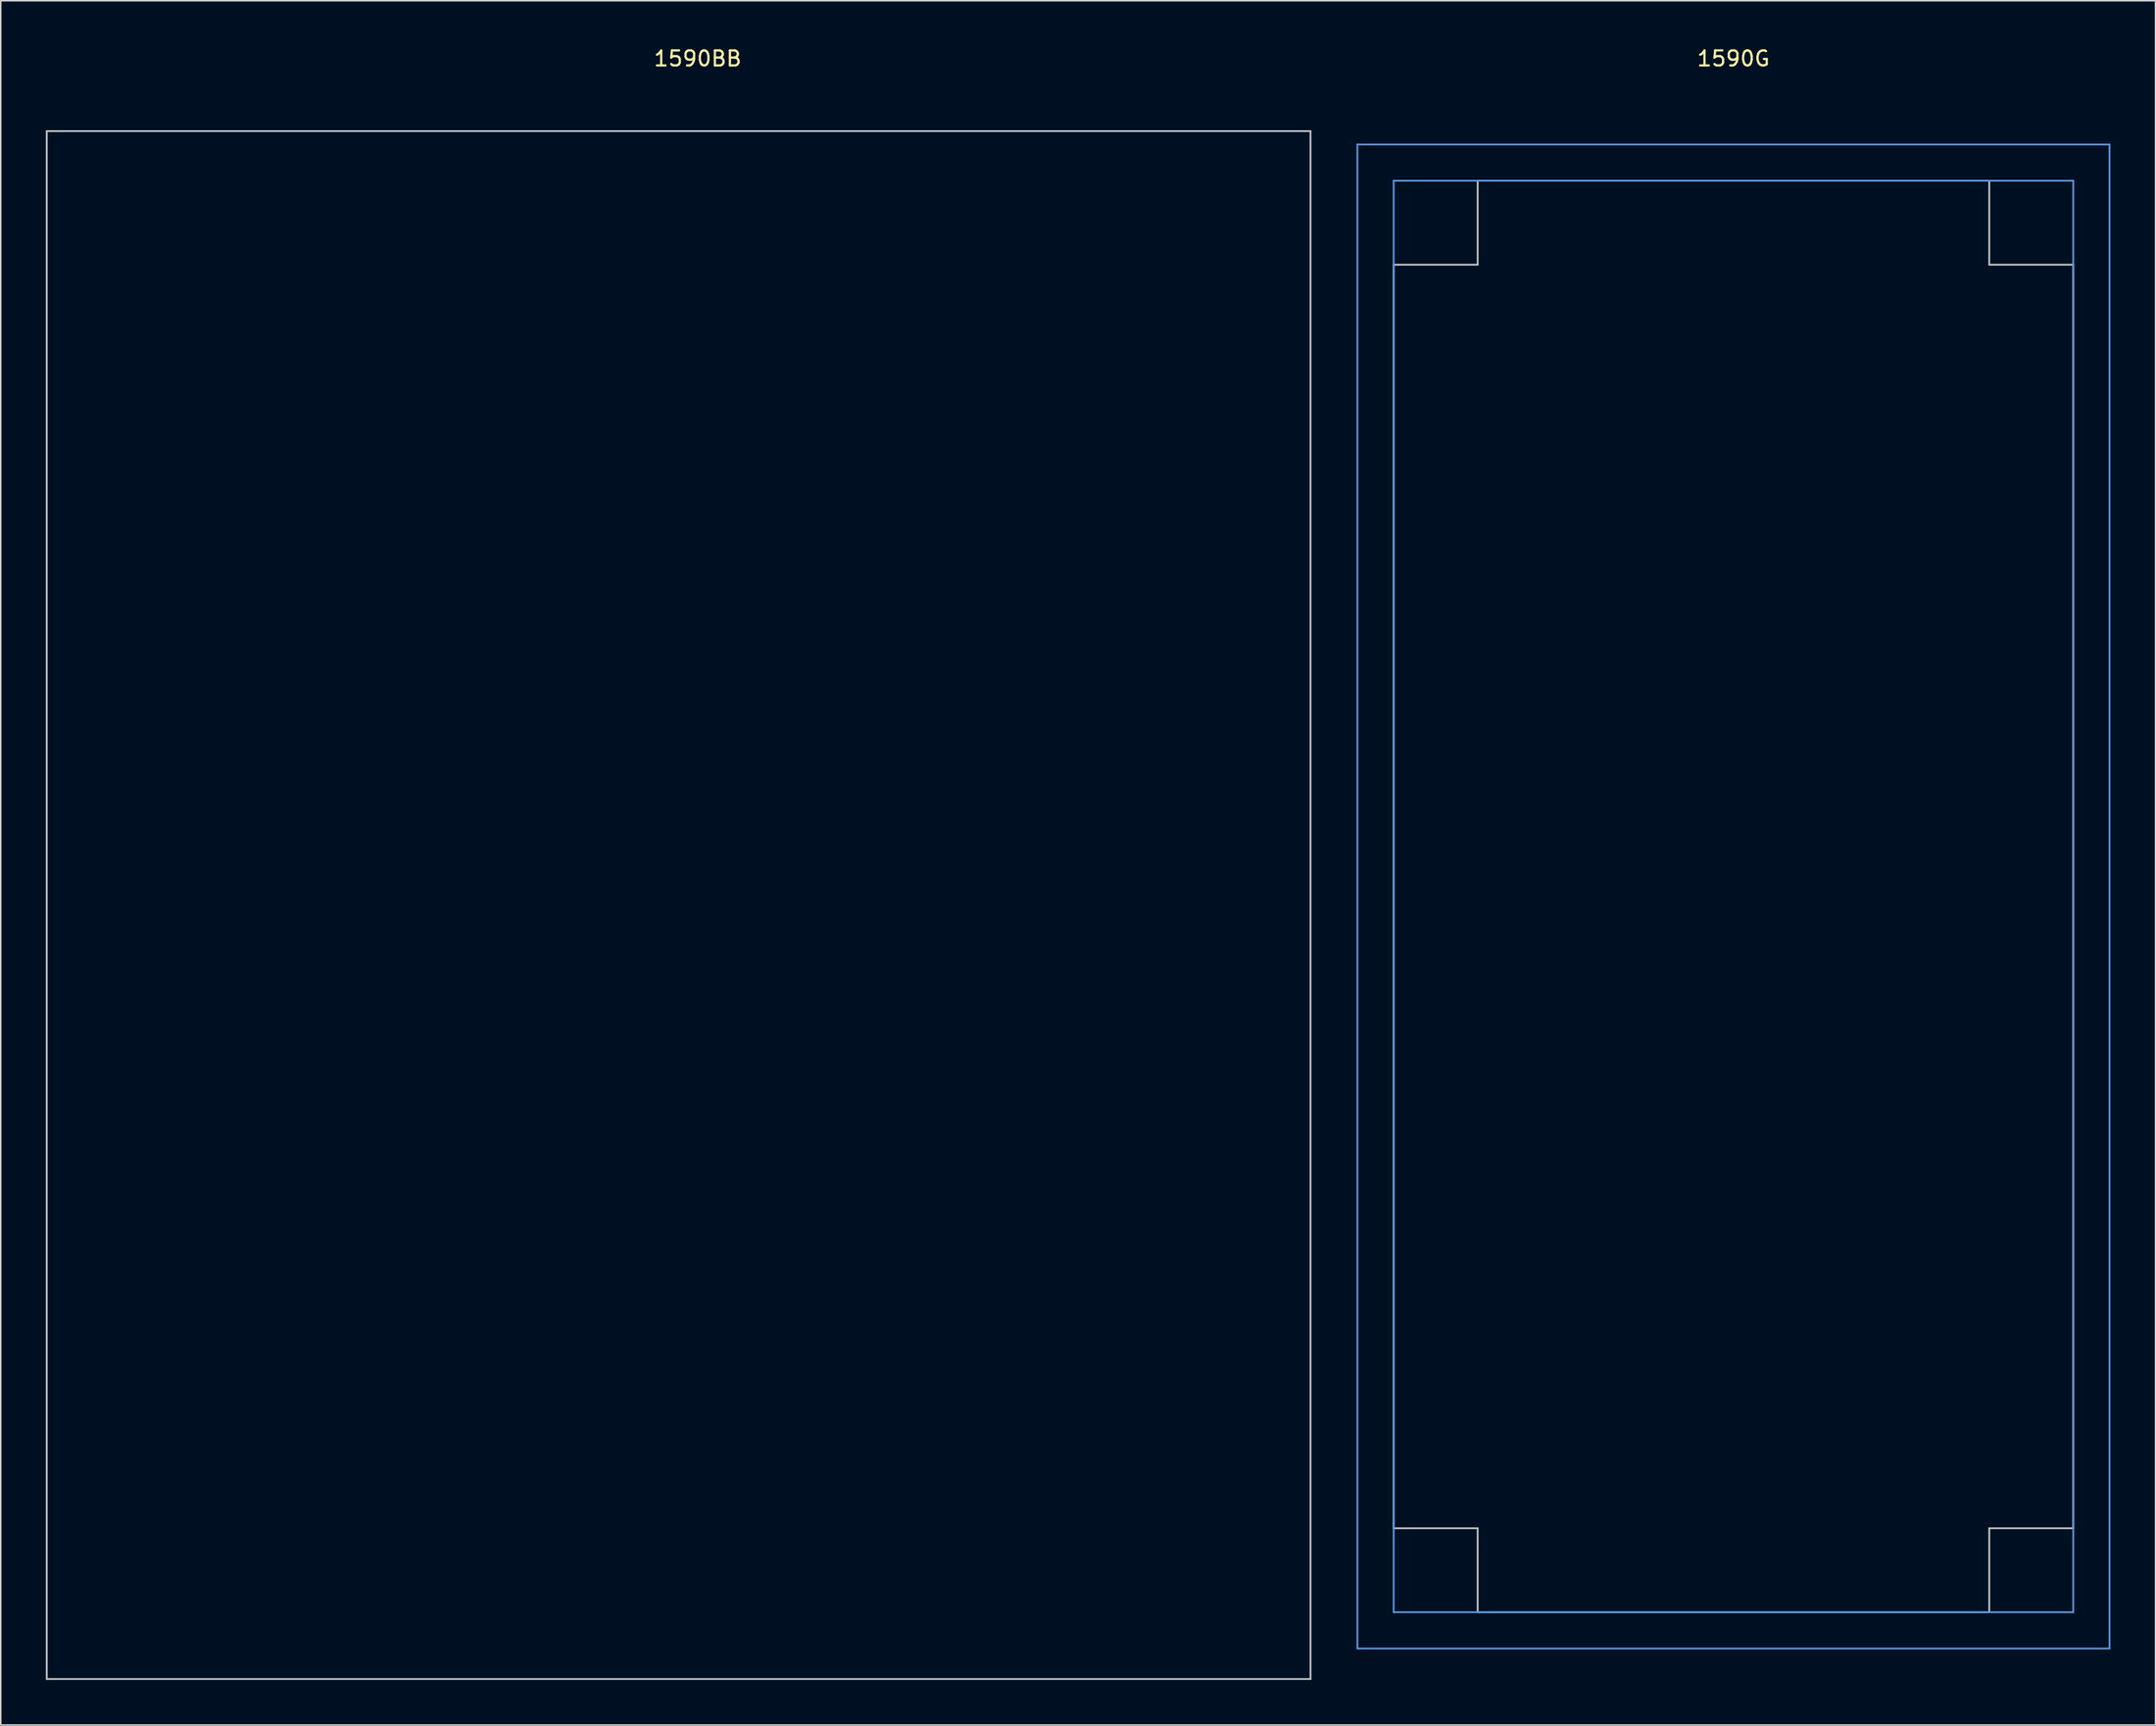
<source format=kicad_pcb>
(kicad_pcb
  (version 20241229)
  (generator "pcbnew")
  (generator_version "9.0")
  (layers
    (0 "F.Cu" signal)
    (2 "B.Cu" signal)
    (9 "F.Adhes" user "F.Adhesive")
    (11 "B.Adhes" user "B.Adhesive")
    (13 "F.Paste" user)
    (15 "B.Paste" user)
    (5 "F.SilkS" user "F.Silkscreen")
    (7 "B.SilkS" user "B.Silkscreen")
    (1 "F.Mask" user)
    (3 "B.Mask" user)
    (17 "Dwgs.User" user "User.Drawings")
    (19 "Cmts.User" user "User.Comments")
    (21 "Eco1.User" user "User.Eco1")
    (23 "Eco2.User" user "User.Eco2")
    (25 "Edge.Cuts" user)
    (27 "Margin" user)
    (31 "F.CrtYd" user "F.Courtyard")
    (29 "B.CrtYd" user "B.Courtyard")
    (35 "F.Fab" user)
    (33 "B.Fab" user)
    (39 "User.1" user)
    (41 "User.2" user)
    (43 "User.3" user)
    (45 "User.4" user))
  (footprint "1590G"
    (layer "F.Cu")
    (at 112.273 56.601)
    (property "Reference" "1590G" (at 0 -55.753 0) (layer "F.SilkS") (effects (font (size 1 1) (thickness 0.15))))
    (attr through_hole)
    (fp_line (start -22.606 -42.037) (end -17.018 -42.037) (stroke (width 0.12) (type solid)) (layer "Dwgs.User"))
    (fp_line (start -22.606 42.037) (end -22.606 -42.037) (stroke (width 0.12) (type solid)) (layer "Dwgs.User"))
    (fp_line (start -17.018 -47.625) (end 17.018 -47.625) (stroke (width 0.12) (type solid)) (layer "Dwgs.User"))
    (fp_line (start -17.018 -42.037) (end -17.018 -47.625) (stroke (width 0.12) (type solid)) (layer "Dwgs.User"))
    (fp_line (start -17.018 42.037) (end -22.606 42.037) (stroke (width 0.12) (type solid)) (layer "Dwgs.User"))
    (fp_line (start -17.018 47.625) (end -17.018 42.037) (stroke (width 0.12) (type solid)) (layer "Dwgs.User"))
    (fp_line (start -17.018 47.625) (end 17.018 47.625) (stroke (width 0.12) (type solid)) (layer "Dwgs.User"))
    (fp_line (start 17.018 -47.625) (end 17.018 -42.037) (stroke (width 0.12) (type solid)) (layer "Dwgs.User"))
    (fp_line (start 17.018 -42.037) (end 22.606 -42.037) (stroke (width 0.12) (type solid)) (layer "Dwgs.User"))
    (fp_line (start 17.018 42.037) (end 17.018 47.625) (stroke (width 0.12) (type solid)) (layer "Dwgs.User"))
    (fp_line (start 22.606 42.037) (end 17.018 42.037) (stroke (width 0.12) (type solid)) (layer "Dwgs.User"))
    (fp_line (start 22.606 42.037) (end 22.606 -42.037) (stroke (width 0.12) (type solid)) (layer "Dwgs.User"))
    (fp_line (start -25.019 -50.038) (end -25.019 50.038) (stroke (width 0.12) (type solid)) (layer "Cmts.User"))
    (fp_line (start -25.019 50.038) (end 25.019 50.038) (stroke (width 0.12) (type solid)) (layer "Cmts.User"))
    (fp_line (start -22.606 47.625) (end -22.606 -47.625) (stroke (width 0.12) (type solid)) (layer "Cmts.User"))
    (fp_line (start 22.606 -47.625) (end -22.606 -47.625) (stroke (width 0.12) (type solid)) (layer "Cmts.User"))
    (fp_line (start 22.606 47.625) (end -22.606 47.625) (stroke (width 0.12) (type solid)) (layer "Cmts.User"))
    (fp_line (start 22.606 47.625) (end 22.606 -47.625) (stroke (width 0.12) (type solid)) (layer "Cmts.User"))
    (fp_line (start 25.019 -50.038) (end -25.019 -50.038) (stroke (width 0.12) (type solid)) (layer "Cmts.User"))
    (fp_line (start 25.019 50.038) (end 25.019 -50.038) (stroke (width 0.12) (type solid)) (layer "Cmts.User")))
  (footprint "1590BB"
    (layer "F.Cu")
    (at 42.097 56.982)
    (property "Reference" "1590BB" (at 1.27 -56.134 0) (layer "F.SilkS") (effects (font (size 1 1) (thickness 0.15))))
    (attr through_hole)
    (fp_line (start -42.037 -51.308) (end 42.037 -51.308) (stroke (width 0.12) (type solid)) (layer "Dwgs.User"))
    (fp_line (start -42.037 51.689) (end -42.037 -51.308) (stroke (width 0.12) (type solid)) (layer "Dwgs.User"))
    (fp_line (start -42.037 51.689) (end 42.037 51.689) (stroke (width 0.12) (type solid)) (layer "Dwgs.User"))
    (fp_line (start 42.037 51.689) (end 42.037 -51.308) (stroke (width 0.12) (type solid)) (layer "Dwgs.User")))
  (gr_rect
    (start -3 -3)
    (end 140.352 111.731)
    (stroke (width 0.1) (type default))
    (fill no)
    (layer "Edge.Cuts")))
</source>
